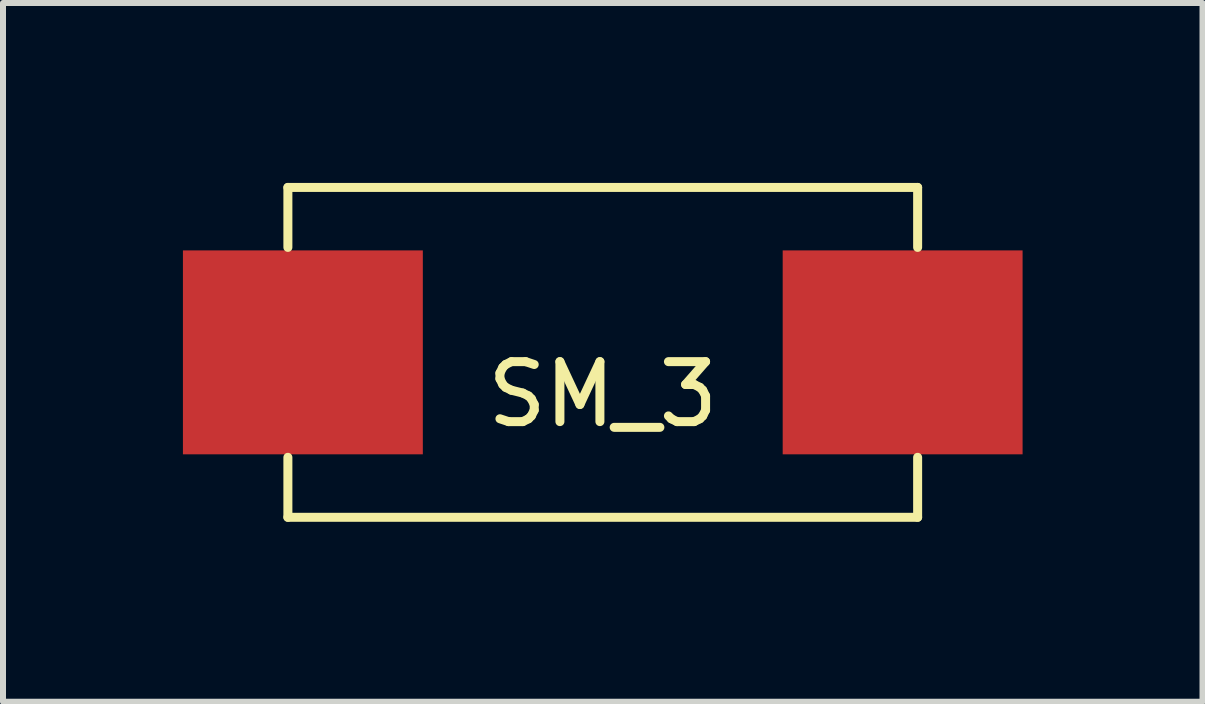
<source format=kicad_pcb>
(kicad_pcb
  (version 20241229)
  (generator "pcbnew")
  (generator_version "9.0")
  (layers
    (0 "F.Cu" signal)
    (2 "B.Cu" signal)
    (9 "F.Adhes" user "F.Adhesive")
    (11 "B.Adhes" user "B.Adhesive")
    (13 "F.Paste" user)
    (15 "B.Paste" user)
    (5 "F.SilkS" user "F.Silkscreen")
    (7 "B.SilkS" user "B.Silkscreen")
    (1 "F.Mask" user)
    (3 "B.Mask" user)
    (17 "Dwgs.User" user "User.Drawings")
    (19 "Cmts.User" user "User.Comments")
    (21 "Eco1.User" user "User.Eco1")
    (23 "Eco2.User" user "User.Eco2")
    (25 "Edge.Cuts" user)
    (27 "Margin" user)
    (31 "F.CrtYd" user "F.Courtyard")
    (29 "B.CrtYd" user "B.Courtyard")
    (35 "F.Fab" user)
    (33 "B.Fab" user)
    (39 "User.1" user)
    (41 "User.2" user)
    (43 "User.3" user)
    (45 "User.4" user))
  (footprint "SM_3"
    (layer "F.Cu")
    (at 7 2.825)
    (property "Reference" "SM_3" (at 0 0.7 0) (layer "F.SilkS") (effects (font (size 1 1) (thickness 0.15))))
    (attr through_hole)
    (fp_line (start -5.25 -2.75) (end -5.25 -1.75) (stroke (width 0.15) (type solid)) (layer "F.SilkS"))
    (fp_line (start -5.25 -2.75) (end 5.25 -2.75) (stroke (width 0.15) (type solid)) (layer "F.SilkS"))
    (fp_line (start -5.25 2.75) (end -5.25 1.75) (stroke (width 0.15) (type solid)) (layer "F.SilkS"))
    (fp_line (start 5.25 -2.75) (end 5.25 -1.75) (stroke (width 0.15) (type solid)) (layer "F.SilkS"))
    (fp_line (start 5.25 1.75) (end 5.25 2.75) (stroke (width 0.15) (type solid)) (layer "F.SilkS"))
    (fp_line (start 5.25 2.75) (end -5.25 2.75) (stroke (width 0.15) (type solid)) (layer "F.SilkS"))
    (pad "1" smd rect (at -5 0) (size 4 3.4) (layers "F.Cu" "F.Mask" "F.Paste"))
    (pad "2" smd rect (at 5 0) (size 4 3.4) (layers "F.Cu" "F.Mask" "F.Paste")))
  (gr_rect
    (start -3 -3)
    (end 17 8.65)
    (stroke (width 0.1) (type default))
    (fill no)
    (layer "Edge.Cuts")))
</source>
